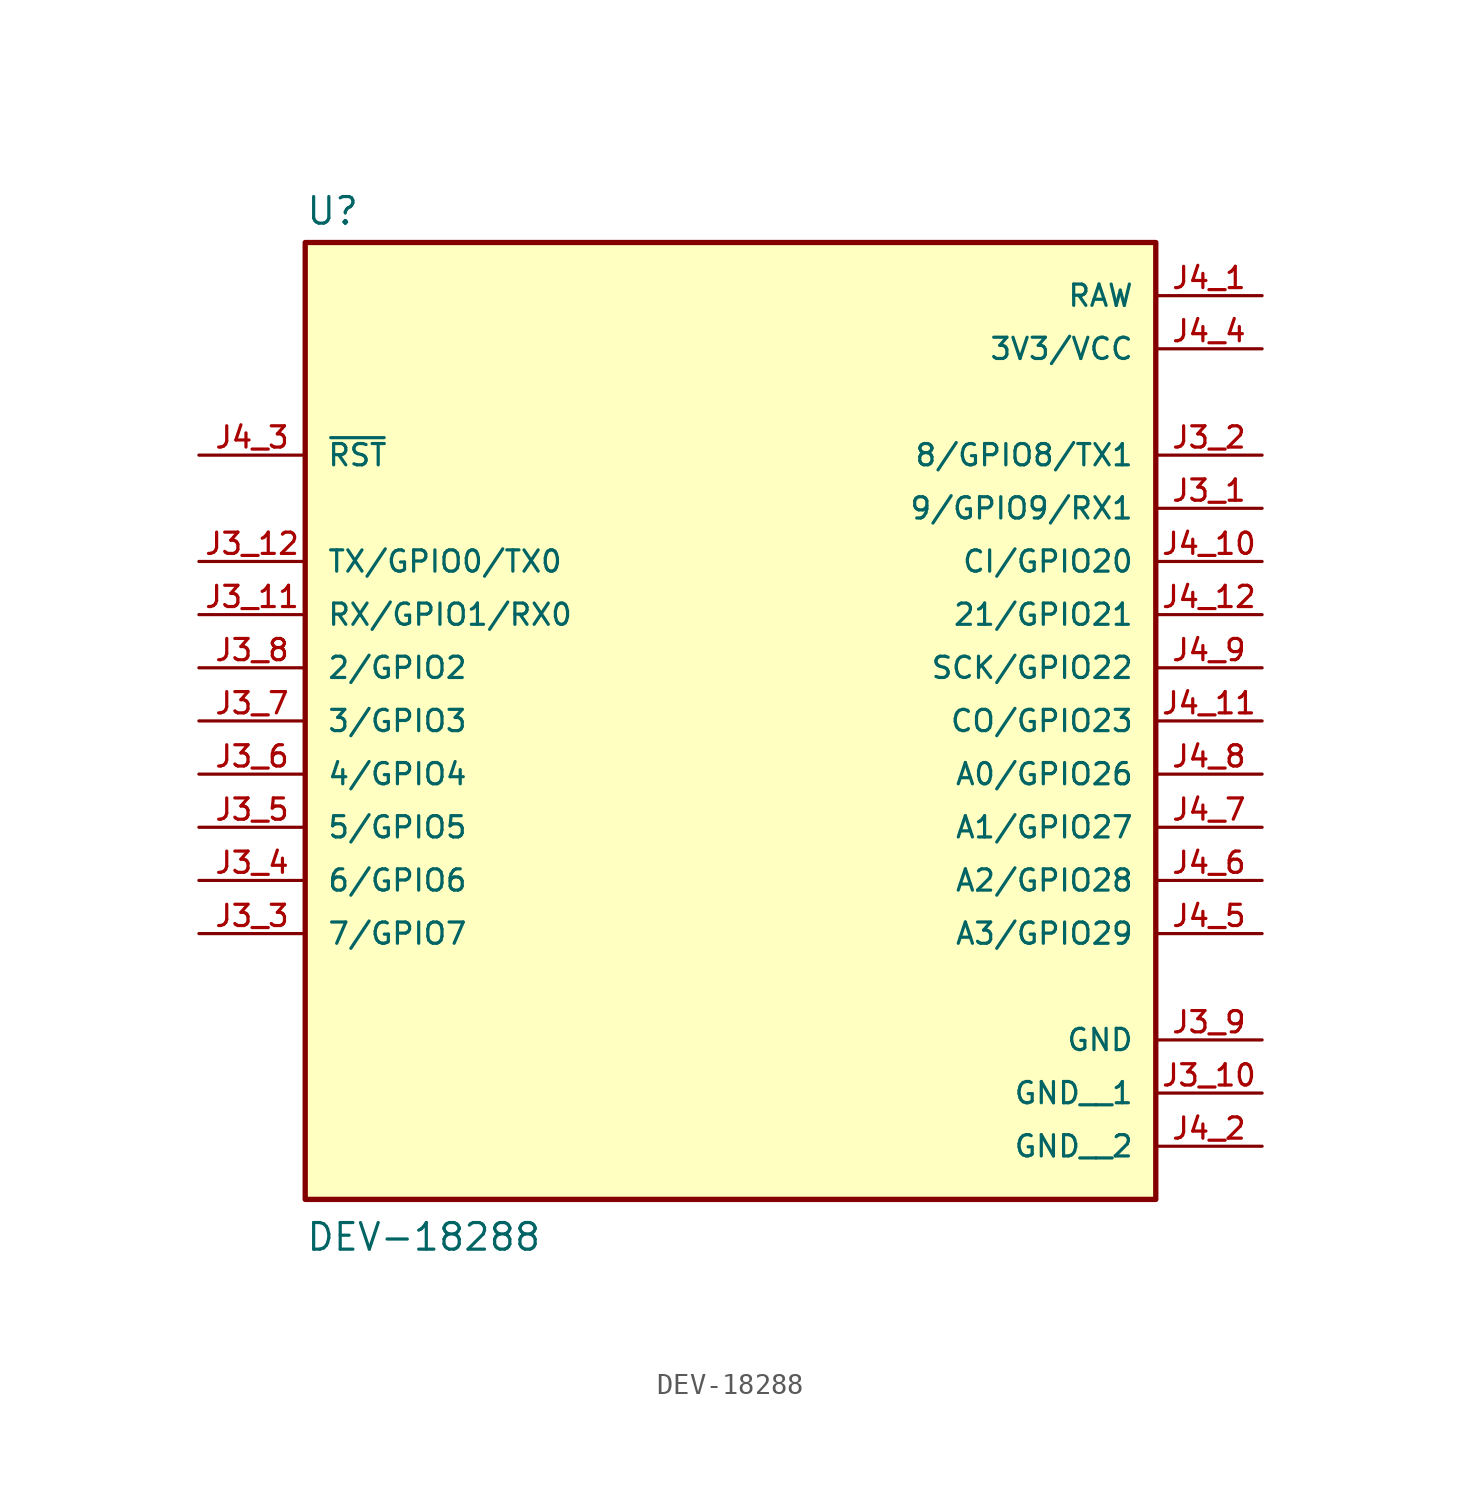
<source format=kicad_sym>
(kicad_symbol_lib
  (version 20211014)
  (generator kicad_symbol_editor)
  (symbol "DEV-18288"
    (pin_names
      (offset 1.016))
    (property "Reference" "U"
      (at -20.32 21.082 0)
      (effects (font (size 1.27 1.27)) (justify bottom left)))
    (property "Value" "DEV-18288"
      (at -20.32 -27.94 0)
      (effects (font (size 1.27 1.27)) (justify bottom left)))
    (symbol "DEV-18288_0_0"
      (rectangle (start -20.32 -25.4) (end 20.32 20.32) (stroke (width 0.254)) (fill (type background)))
      (pin bidirectional line (at -25.4 5.08 0) (length 5.08) (name "TX/GPIO0/TX0" (effects (font (size 1.016 1.016)))) (number "J3_12" (effects (font (size 1.016 1.016)))))
      (pin bidirectional line (at -25.4 2.54 0) (length 5.08) (name "RX/GPIO1/RX0" (effects (font (size 1.016 1.016)))) (number "J3_11" (effects (font (size 1.016 1.016)))))
      (pin power_in line (at 25.4 -17.78 180.0) (length 5.08) (name "GND" (effects (font (size 1.016 1.016)))) (number "J3_9" (effects (font (size 1.016 1.016)))))
      (pin bidirectional line (at -25.4 0.0 0) (length 5.08) (name "2/GPIO2" (effects (font (size 1.016 1.016)))) (number "J3_8" (effects (font (size 1.016 1.016)))))
      (pin bidirectional line (at 25.4 5.08 180.0) (length 5.08) (name "CI/GPIO20" (effects (font (size 1.016 1.016)))) (number "J4_10" (effects (font (size 1.016 1.016)))))
      (pin bidirectional line (at 25.4 2.54 180.0) (length 5.08) (name "21/GPIO21" (effects (font (size 1.016 1.016)))) (number "J4_12" (effects (font (size 1.016 1.016)))))
      (pin bidirectional line (at 25.4 0.0 180.0) (length 5.08) (name "SCK/GPIO22" (effects (font (size 1.016 1.016)))) (number "J4_9" (effects (font (size 1.016 1.016)))))
      (pin bidirectional line (at 25.4 -2.54 180.0) (length 5.08) (name "CO/GPIO23" (effects (font (size 1.016 1.016)))) (number "J4_11" (effects (font (size 1.016 1.016)))))
      (pin bidirectional line (at 25.4 -5.08 180.0) (length 5.08) (name "A0/GPIO26" (effects (font (size 1.016 1.016)))) (number "J4_8" (effects (font (size 1.016 1.016)))))
      (pin bidirectional line (at 25.4 -7.62 180.0) (length 5.08) (name "A1/GPIO27" (effects (font (size 1.016 1.016)))) (number "J4_7" (effects (font (size 1.016 1.016)))))
      (pin bidirectional line (at 25.4 -10.16 180.0) (length 5.08) (name "A2/GPIO28" (effects (font (size 1.016 1.016)))) (number "J4_6" (effects (font (size 1.016 1.016)))))
      (pin bidirectional line (at 25.4 -12.7 180.0) (length 5.08) (name "A3/GPIO29" (effects (font (size 1.016 1.016)))) (number "J4_5" (effects (font (size 1.016 1.016)))))
      (pin power_in line (at 25.4 15.24 180.0) (length 5.08) (name "3V3/VCC" (effects (font (size 1.016 1.016)))) (number "J4_4" (effects (font (size 1.016 1.016)))))
      (pin input line (at -25.4 10.16 0) (length 5.08) (name "~{RST}" (effects (font (size 1.016 1.016)))) (number "J4_3" (effects (font (size 1.016 1.016)))))
      (pin power_in line (at 25.4 17.78 180.0) (length 5.08) (name "RAW" (effects (font (size 1.016 1.016)))) (number "J4_1" (effects (font (size 1.016 1.016)))))
      (pin bidirectional line (at -25.4 -2.54 0) (length 5.08) (name "3/GPIO3" (effects (font (size 1.016 1.016)))) (number "J3_7" (effects (font (size 1.016 1.016)))))
      (pin bidirectional line (at -25.4 -5.08 0) (length 5.08) (name "4/GPIO4" (effects (font (size 1.016 1.016)))) (number "J3_6" (effects (font (size 1.016 1.016)))))
      (pin bidirectional line (at -25.4 -7.62 0) (length 5.08) (name "5/GPIO5" (effects (font (size 1.016 1.016)))) (number "J3_5" (effects (font (size 1.016 1.016)))))
      (pin bidirectional line (at -25.4 -10.16 0) (length 5.08) (name "6/GPIO6" (effects (font (size 1.016 1.016)))) (number "J3_4" (effects (font (size 1.016 1.016)))))
      (pin bidirectional line (at -25.4 -12.7 0) (length 5.08) (name "7/GPIO7" (effects (font (size 1.016 1.016)))) (number "J3_3" (effects (font (size 1.016 1.016)))))
      (pin bidirectional line (at 25.4 10.16 180.0) (length 5.08) (name "8/GPIO8/TX1" (effects (font (size 1.016 1.016)))) (number "J3_2" (effects (font (size 1.016 1.016)))))
      (pin bidirectional line (at 25.4 7.62 180.0) (length 5.08) (name "9/GPIO9/RX1" (effects (font (size 1.016 1.016)))) (number "J3_1" (effects (font (size 1.016 1.016)))))
      (pin power_in line (at 25.4 -20.32 180.0) (length 5.08) (name "GND__1" (effects (font (size 1.016 1.016)))) (number "J3_10" (effects (font (size 1.016 1.016)))))
      (pin power_in line (at 25.4 -22.86 180.0) (length 5.08) (name "GND__2" (effects (font (size 1.016 1.016)))) (number "J4_2" (effects (font (size 1.016 1.016))))))))
</source>
